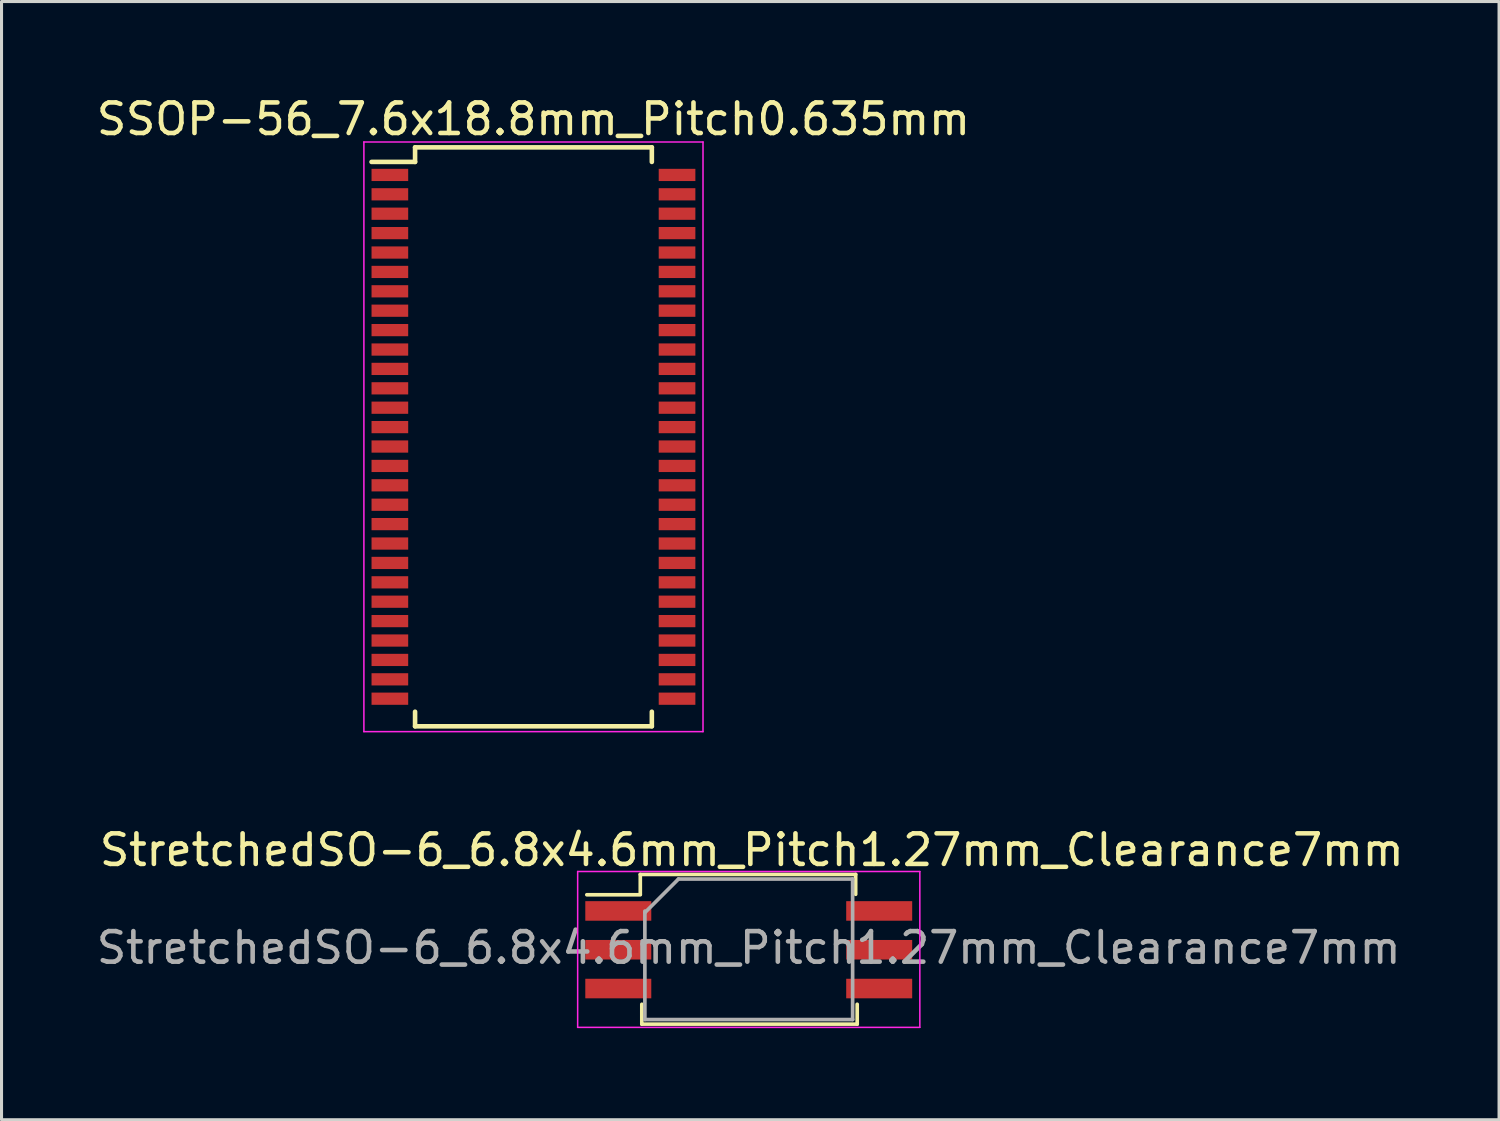
<source format=kicad_pcb>
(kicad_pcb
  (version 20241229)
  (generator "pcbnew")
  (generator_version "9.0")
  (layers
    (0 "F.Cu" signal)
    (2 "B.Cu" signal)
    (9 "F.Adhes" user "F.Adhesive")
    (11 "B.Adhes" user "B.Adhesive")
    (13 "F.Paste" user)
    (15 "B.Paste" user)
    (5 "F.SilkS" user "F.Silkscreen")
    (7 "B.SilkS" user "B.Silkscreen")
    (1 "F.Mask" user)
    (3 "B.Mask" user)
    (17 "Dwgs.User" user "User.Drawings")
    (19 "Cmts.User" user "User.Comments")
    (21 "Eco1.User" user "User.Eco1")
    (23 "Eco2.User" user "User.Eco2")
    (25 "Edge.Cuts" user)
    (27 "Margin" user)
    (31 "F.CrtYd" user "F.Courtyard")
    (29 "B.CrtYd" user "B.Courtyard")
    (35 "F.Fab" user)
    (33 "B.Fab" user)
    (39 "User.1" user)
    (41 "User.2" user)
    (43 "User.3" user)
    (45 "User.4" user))
  (footprint "StretchedSO-6_6.8x4.6mm_Pitch1.27mm_Clearance7mm"
    (layer "F.Cu")
    (at 21.458 28.037)
    (property "Reference" "StretchedSO-6_6.8x4.6mm_Pitch1.27mm_Clearance7mm" (at 0.1 -3.265 0) (layer "F.SilkS") (effects (font (size 1 1) (thickness 0.15))))
    (attr smd)
    (fp_line (start -3.55 -2.465) (end -3.55 -1.815) (stroke (width 0.12) (type solid)) (layer "F.SilkS"))
    (fp_line (start -3.55 -1.8) (end -5.3 -1.8) (stroke (width 0.12) (type solid)) (layer "F.SilkS"))
    (fp_line (start -3.5 1.785) (end -3.5 2.435) (stroke (width 0.12) (type solid)) (layer "F.SilkS"))
    (fp_line (start -3.5 2.435) (end 3.55 2.435) (stroke (width 0.12) (type solid)) (layer "F.SilkS"))
    (fp_line (start 3.5 -2.465) (end -3.55 -2.465) (stroke (width 0.12) (type solid)) (layer "F.SilkS"))
    (fp_line (start 3.5 -2.465) (end 3.5 -1.815) (stroke (width 0.12) (type solid)) (layer "F.SilkS"))
    (fp_line (start 3.55 1.785) (end 3.55 2.435) (stroke (width 0.12) (type solid)) (layer "F.SilkS"))
    (fp_line (start -5.6 -2.56) (end -5.6 2.54) (stroke (width 0.05) (type solid)) (layer "F.CrtYd"))
    (fp_line (start -5.6 -2.56) (end 5.6 -2.56) (stroke (width 0.05) (type solid)) (layer "F.CrtYd"))
    (fp_line (start 5.6 2.54) (end -5.6 2.54) (stroke (width 0.05) (type solid)) (layer "F.CrtYd"))
    (fp_line (start 5.6 2.54) (end 5.6 -2.56) (stroke (width 0.05) (type solid)) (layer "F.CrtYd"))
    (fp_line (start -3.4 2.285) (end -3.4 -1.265) (stroke (width 0.12) (type solid)) (layer "F.Fab"))
    (fp_line (start -2.3 -2.315) (end -3.4 -1.215) (stroke (width 0.12) (type solid)) (layer "F.Fab"))
    (fp_line (start 3.4 -2.315) (end -2.3 -2.315) (stroke (width 0.12) (type solid)) (layer "F.Fab"))
    (fp_line (start 3.4 -2.315) (end 3.4 2.285) (stroke (width 0.12) (type solid)) (layer "F.Fab"))
    (fp_line (start 3.4 2.285) (end -3.4 2.285) (stroke (width 0.12) (type solid)) (layer "F.Fab"))
    (fp_text user "${REFERENCE}" (at 0 -0.065 0) (layer "F.Fab") (effects (font (size 1 1) (thickness 0.15))))
    (pad "1" smd rect (at -4.27 -1.27) (size 2.16 0.64) (layers "F.Cu" "F.Mask" "F.Paste"))
    (pad "2" smd rect (at -4.27 0) (size 2.16 0.64) (layers "F.Cu" "F.Mask" "F.Paste"))
    (pad "3" smd rect (at -4.27 1.27) (size 2.16 0.64) (layers "F.Cu" "F.Mask" "F.Paste"))
    (pad "4" smd rect (at 4.27 1.27) (size 2.16 0.64) (layers "F.Cu" "F.Mask" "F.Paste"))
    (pad "5" smd rect (at 4.27 0) (size 2.16 0.64) (layers "F.Cu" "F.Mask" "F.Paste"))
    (pad "6" smd rect (at 4.27 -1.27) (size 2.16 0.64) (layers "F.Cu" "F.Mask" "F.Paste")))
  (footprint "SSOP-56_7.6x18.8mm_Pitch0.635mm"
    (layer "F.Cu")
    (at 14.411 11.248)
    (property "Reference" "SSOP-56_7.6x18.8mm_Pitch0.635mm" (at 0 -10.4 0) (layer "F.SilkS") (effects (font (size 1 1) (thickness 0.15))))
    (attr smd)
    (fp_line (start -3.875 -9.475) (end -3.875 -8.998) (stroke (width 0.15) (type solid)) (layer "F.SilkS"))
    (fp_line (start -3.875 -9.475) (end 3.875 -9.475) (stroke (width 0.15) (type solid)) (layer "F.SilkS"))
    (fp_line (start -3.875 -8.998) (end -5.3 -8.998) (stroke (width 0.15) (type solid)) (layer "F.SilkS"))
    (fp_line (start -3.875 9.475) (end -3.875 8.998) (stroke (width 0.15) (type solid)) (layer "F.SilkS"))
    (fp_line (start -3.875 9.475) (end 3.875 9.475) (stroke (width 0.15) (type solid)) (layer "F.SilkS"))
    (fp_line (start 3.875 -9.475) (end 3.875 -8.998) (stroke (width 0.15) (type solid)) (layer "F.SilkS"))
    (fp_line (start 3.875 9.475) (end 3.875 8.998) (stroke (width 0.15) (type solid)) (layer "F.SilkS"))
    (fp_line (start -5.55 -9.65) (end -5.55 9.65) (stroke (width 0.05) (type solid)) (layer "F.CrtYd"))
    (fp_line (start -5.55 -9.65) (end 5.55 -9.65) (stroke (width 0.05) (type solid)) (layer "F.CrtYd"))
    (fp_line (start -5.55 9.65) (end 5.55 9.65) (stroke (width 0.05) (type solid)) (layer "F.CrtYd"))
    (fp_line (start 5.55 -9.65) (end 5.55 9.65) (stroke (width 0.05) (type solid)) (layer "F.CrtYd"))
    (pad "1" smd rect (at -4.7 -8.572) (size 1.2 0.4) (layers "F.Cu" "F.Mask" "F.Paste"))
    (pad "2" smd rect (at -4.7 -7.938) (size 1.2 0.4) (layers "F.Cu" "F.Mask" "F.Paste"))
    (pad "3" smd rect (at -4.7 -7.303) (size 1.2 0.4) (layers "F.Cu" "F.Mask" "F.Paste"))
    (pad "4" smd rect (at -4.7 -6.668) (size 1.2 0.4) (layers "F.Cu" "F.Mask" "F.Paste"))
    (pad "5" smd rect (at -4.7 -6.032) (size 1.2 0.4) (layers "F.Cu" "F.Mask" "F.Paste"))
    (pad "6" smd rect (at -4.7 -5.397) (size 1.2 0.4) (layers "F.Cu" "F.Mask" "F.Paste"))
    (pad "7" smd rect (at -4.7 -4.763) (size 1.2 0.4) (layers "F.Cu" "F.Mask" "F.Paste"))
    (pad "8" smd rect (at -4.7 -4.128) (size 1.2 0.4) (layers "F.Cu" "F.Mask" "F.Paste"))
    (pad "9" smd rect (at -4.7 -3.493) (size 1.2 0.4) (layers "F.Cu" "F.Mask" "F.Paste"))
    (pad "10" smd rect (at -4.7 -2.857) (size 1.2 0.4) (layers "F.Cu" "F.Mask" "F.Paste"))
    (pad "11" smd rect (at -4.7 -2.223) (size 1.2 0.4) (layers "F.Cu" "F.Mask" "F.Paste"))
    (pad "12" smd rect (at -4.7 -1.587) (size 1.2 0.4) (layers "F.Cu" "F.Mask" "F.Paste"))
    (pad "13" smd rect (at -4.7 -0.953) (size 1.2 0.4) (layers "F.Cu" "F.Mask" "F.Paste"))
    (pad "14" smd rect (at -4.7 -0.318) (size 1.2 0.4) (layers "F.Cu" "F.Mask" "F.Paste"))
    (pad "15" smd rect (at -4.7 0.318) (size 1.2 0.4) (layers "F.Cu" "F.Mask" "F.Paste"))
    (pad "16" smd rect (at -4.7 0.953) (size 1.2 0.4) (layers "F.Cu" "F.Mask" "F.Paste"))
    (pad "17" smd rect (at -4.7 1.587) (size 1.2 0.4) (layers "F.Cu" "F.Mask" "F.Paste"))
    (pad "18" smd rect (at -4.7 2.223) (size 1.2 0.4) (layers "F.Cu" "F.Mask" "F.Paste"))
    (pad "19" smd rect (at -4.7 2.857) (size 1.2 0.4) (layers "F.Cu" "F.Mask" "F.Paste"))
    (pad "20" smd rect (at -4.7 3.493) (size 1.2 0.4) (layers "F.Cu" "F.Mask" "F.Paste"))
    (pad "21" smd rect (at -4.7 4.128) (size 1.2 0.4) (layers "F.Cu" "F.Mask" "F.Paste"))
    (pad "22" smd rect (at -4.7 4.763) (size 1.2 0.4) (layers "F.Cu" "F.Mask" "F.Paste"))
    (pad "23" smd rect (at -4.7 5.397) (size 1.2 0.4) (layers "F.Cu" "F.Mask" "F.Paste"))
    (pad "24" smd rect (at -4.7 6.032) (size 1.2 0.4) (layers "F.Cu" "F.Mask" "F.Paste"))
    (pad "25" smd rect (at -4.7 6.668) (size 1.2 0.4) (layers "F.Cu" "F.Mask" "F.Paste"))
    (pad "26" smd rect (at -4.7 7.303) (size 1.2 0.4) (layers "F.Cu" "F.Mask" "F.Paste"))
    (pad "27" smd rect (at -4.7 7.938) (size 1.2 0.4) (layers "F.Cu" "F.Mask" "F.Paste"))
    (pad "28" smd rect (at -4.7 8.572) (size 1.2 0.4) (layers "F.Cu" "F.Mask" "F.Paste"))
    (pad "29" smd rect (at 4.7 8.572) (size 1.2 0.4) (layers "F.Cu" "F.Mask" "F.Paste"))
    (pad "30" smd rect (at 4.7 7.938) (size 1.2 0.4) (layers "F.Cu" "F.Mask" "F.Paste"))
    (pad "31" smd rect (at 4.7 7.303) (size 1.2 0.4) (layers "F.Cu" "F.Mask" "F.Paste"))
    (pad "32" smd rect (at 4.7 6.668) (size 1.2 0.4) (layers "F.Cu" "F.Mask" "F.Paste"))
    (pad "33" smd rect (at 4.7 6.032) (size 1.2 0.4) (layers "F.Cu" "F.Mask" "F.Paste"))
    (pad "34" smd rect (at 4.7 5.397) (size 1.2 0.4) (layers "F.Cu" "F.Mask" "F.Paste"))
    (pad "35" smd rect (at 4.7 4.763) (size 1.2 0.4) (layers "F.Cu" "F.Mask" "F.Paste"))
    (pad "36" smd rect (at 4.7 4.128) (size 1.2 0.4) (layers "F.Cu" "F.Mask" "F.Paste"))
    (pad "37" smd rect (at 4.7 3.493) (size 1.2 0.4) (layers "F.Cu" "F.Mask" "F.Paste"))
    (pad "38" smd rect (at 4.7 2.857) (size 1.2 0.4) (layers "F.Cu" "F.Mask" "F.Paste"))
    (pad "39" smd rect (at 4.7 2.223) (size 1.2 0.4) (layers "F.Cu" "F.Mask" "F.Paste"))
    (pad "40" smd rect (at 4.7 1.587) (size 1.2 0.4) (layers "F.Cu" "F.Mask" "F.Paste"))
    (pad "41" smd rect (at 4.7 0.953) (size 1.2 0.4) (layers "F.Cu" "F.Mask" "F.Paste"))
    (pad "42" smd rect (at 4.7 0.318) (size 1.2 0.4) (layers "F.Cu" "F.Mask" "F.Paste"))
    (pad "43" smd rect (at 4.7 -0.318) (size 1.2 0.4) (layers "F.Cu" "F.Mask" "F.Paste"))
    (pad "44" smd rect (at 4.7 -0.953) (size 1.2 0.4) (layers "F.Cu" "F.Mask" "F.Paste"))
    (pad "45" smd rect (at 4.7 -1.587) (size 1.2 0.4) (layers "F.Cu" "F.Mask" "F.Paste"))
    (pad "46" smd rect (at 4.7 -2.223) (size 1.2 0.4) (layers "F.Cu" "F.Mask" "F.Paste"))
    (pad "47" smd rect (at 4.7 -2.857) (size 1.2 0.4) (layers "F.Cu" "F.Mask" "F.Paste"))
    (pad "48" smd rect (at 4.7 -3.493) (size 1.2 0.4) (layers "F.Cu" "F.Mask" "F.Paste"))
    (pad "49" smd rect (at 4.7 -4.128) (size 1.2 0.4) (layers "F.Cu" "F.Mask" "F.Paste"))
    (pad "50" smd rect (at 4.7 -4.763) (size 1.2 0.4) (layers "F.Cu" "F.Mask" "F.Paste"))
    (pad "51" smd rect (at 4.7 -5.397) (size 1.2 0.4) (layers "F.Cu" "F.Mask" "F.Paste"))
    (pad "52" smd rect (at 4.7 -6.032) (size 1.2 0.4) (layers "F.Cu" "F.Mask" "F.Paste"))
    (pad "53" smd rect (at 4.7 -6.668) (size 1.2 0.4) (layers "F.Cu" "F.Mask" "F.Paste"))
    (pad "54" smd rect (at 4.7 -7.303) (size 1.2 0.4) (layers "F.Cu" "F.Mask" "F.Paste"))
    (pad "55" smd rect (at 4.7 -7.938) (size 1.2 0.4) (layers "F.Cu" "F.Mask" "F.Paste"))
    (pad "56" smd rect (at 4.7 -8.572) (size 1.2 0.4) (layers "F.Cu" "F.Mask" "F.Paste")))
  (gr_rect
    (start -3 -3)
    (end 46.017 33.602)
    (stroke (width 0.1) (type default))
    (fill no)
    (layer "Edge.Cuts")))
</source>
